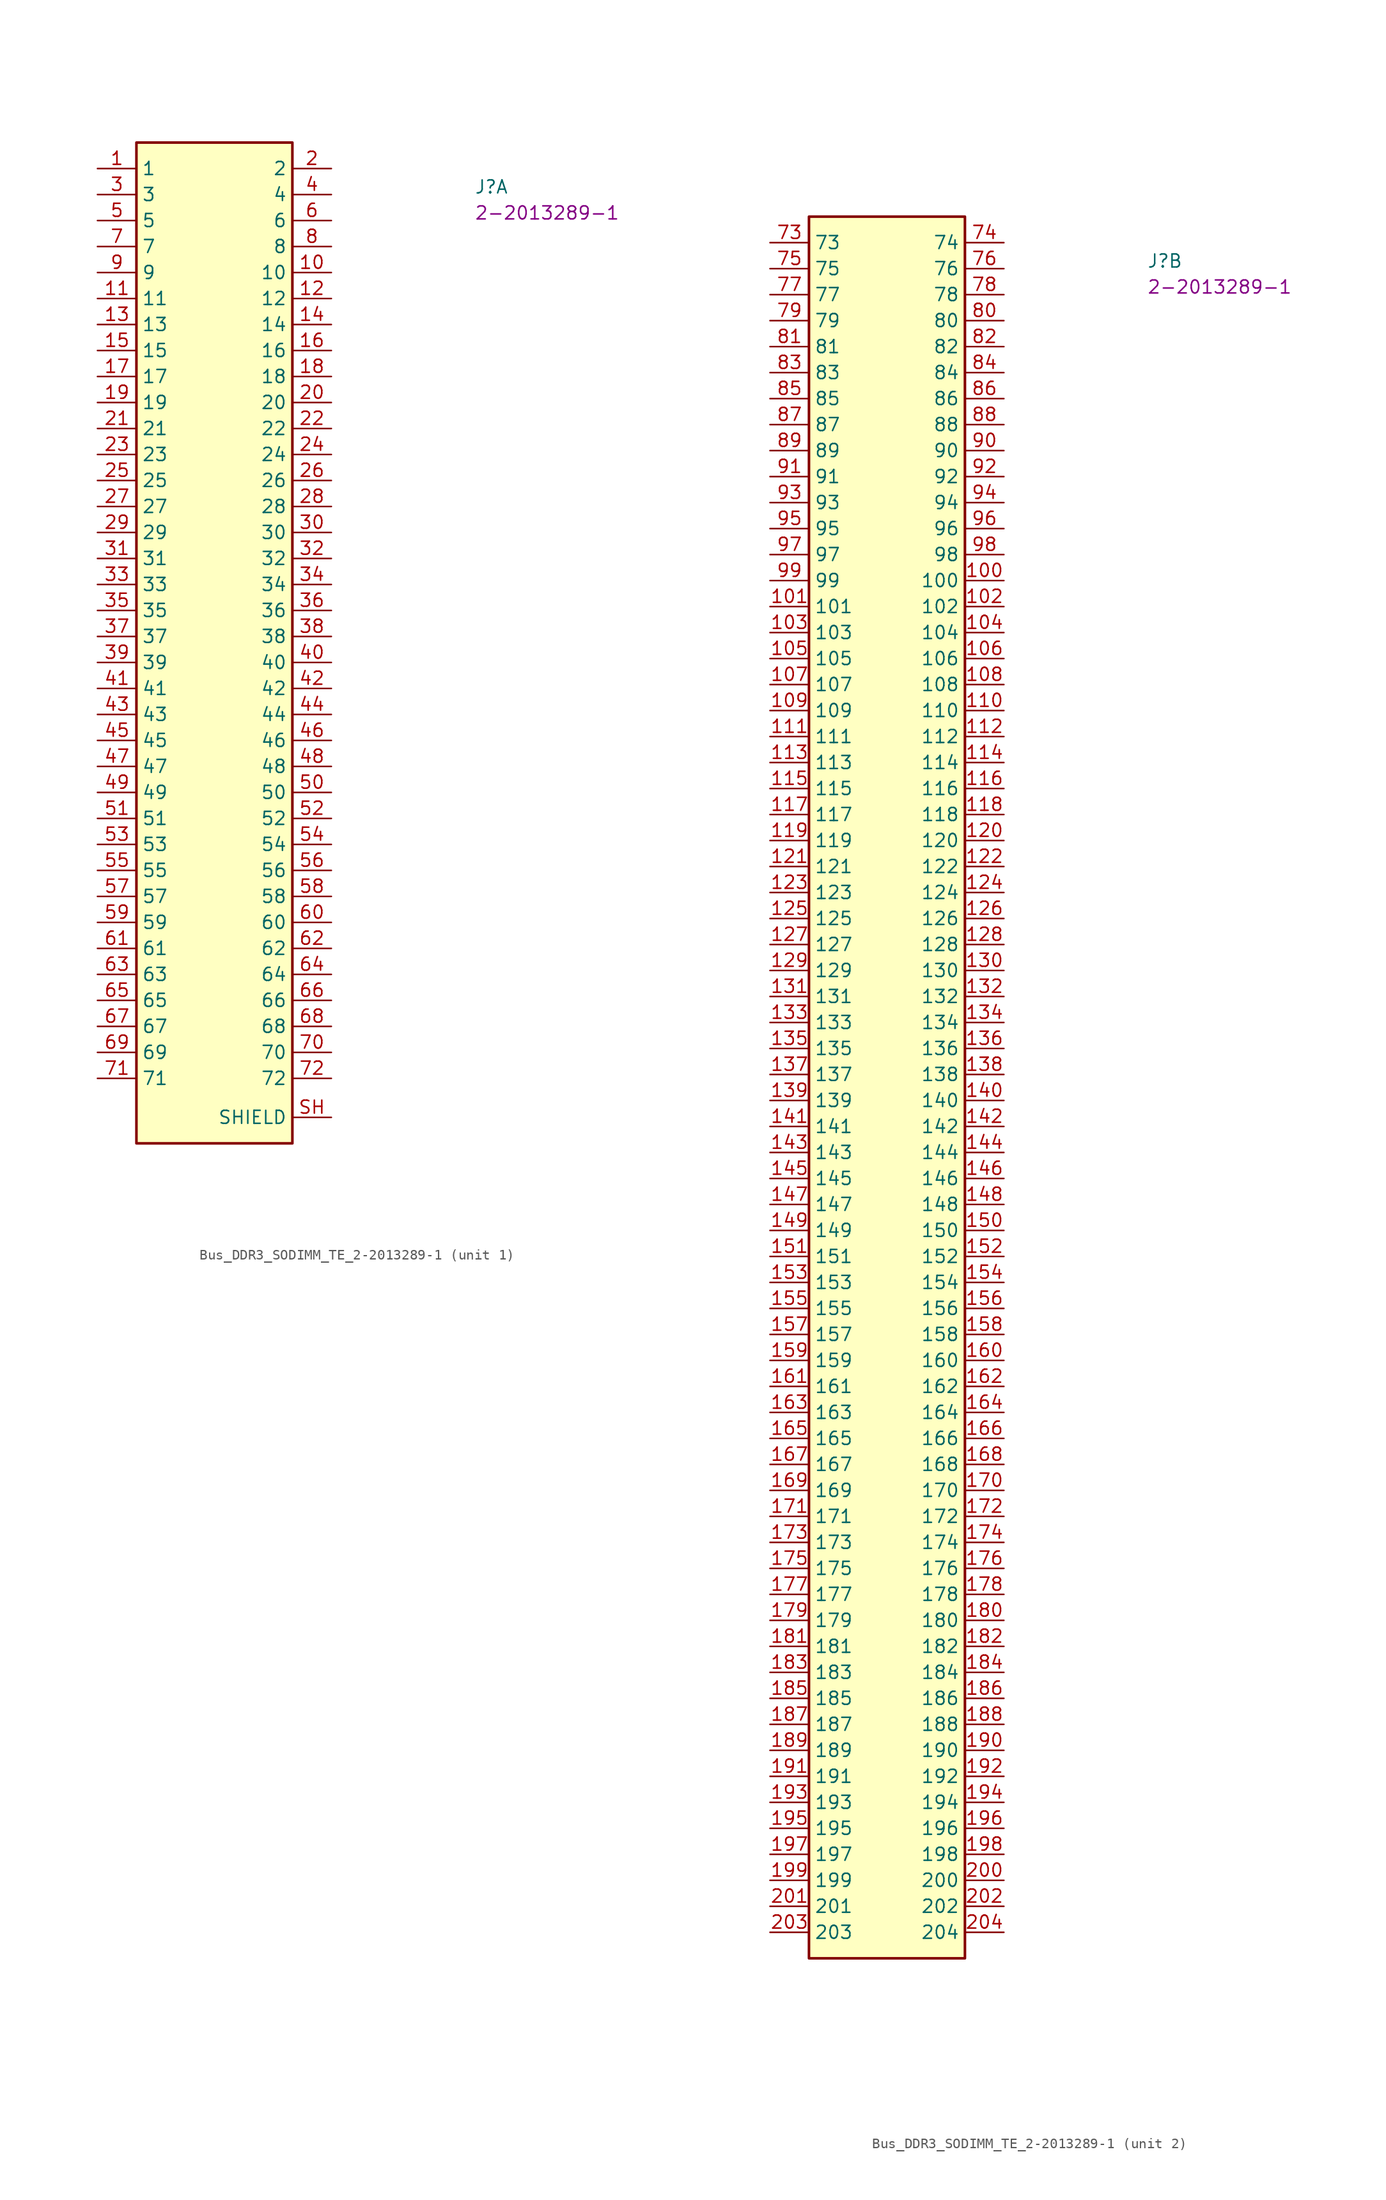
<source format=kicad_sym>
(kicad_symbol_lib
  (version 20220914)
  (generator kicad_symbol_editor)
  (symbol "Bus_DDR3_SODIMM_TE_2-2013289-1"
    (property "Reference" "J"
      (at 36.83 -2.54 0)
      (effects (font (size 1.27 1.27) (thickness 0.15)) (justify left bottom)))
    (property "MPN" "2-2013289-1"
      (at 36.83 -5.08 0)
      (effects (font (size 1.27 1.27) (thickness 0.15)) (justify left bottom)))
    (property "ki_locked" ""
      (at 0 0 0)
      (effects (font (size 1.27 1.27))))
    (symbol "Bus_DDR3_SODIMM_TE_2-2013289-1_1_1"
      (rectangle (start 3.81 2.54) (end 19.05 -95.25) (stroke (width 0.254) (type default)) (fill (type background)))
      (pin passive line (at 0 0 0) (length 3.81) (name "1" (effects (font (size 1.27 1.27)))) (number "1" (effects (font (size 1.27 1.27)))))
      (pin passive line (at 22.86 -10.16 180) (length 3.81) (name "10" (effects (font (size 1.27 1.27)))) (number "10" (effects (font (size 1.27 1.27)))))
      (pin passive line (at 0 -12.7 0) (length 3.81) (name "11" (effects (font (size 1.27 1.27)))) (number "11" (effects (font (size 1.27 1.27)))))
      (pin passive line (at 22.86 -12.7 180) (length 3.81) (name "12" (effects (font (size 1.27 1.27)))) (number "12" (effects (font (size 1.27 1.27)))))
      (pin passive line (at 0 -15.24 0) (length 3.81) (name "13" (effects (font (size 1.27 1.27)))) (number "13" (effects (font (size 1.27 1.27)))))
      (pin passive line (at 22.86 -15.24 180) (length 3.81) (name "14" (effects (font (size 1.27 1.27)))) (number "14" (effects (font (size 1.27 1.27)))))
      (pin passive line (at 0 -17.78 0) (length 3.81) (name "15" (effects (font (size 1.27 1.27)))) (number "15" (effects (font (size 1.27 1.27)))))
      (pin passive line (at 22.86 -17.78 180) (length 3.81) (name "16" (effects (font (size 1.27 1.27)))) (number "16" (effects (font (size 1.27 1.27)))))
      (pin passive line (at 0 -20.32 0) (length 3.81) (name "17" (effects (font (size 1.27 1.27)))) (number "17" (effects (font (size 1.27 1.27)))))
      (pin passive line (at 22.86 -20.32 180) (length 3.81) (name "18" (effects (font (size 1.27 1.27)))) (number "18" (effects (font (size 1.27 1.27)))))
      (pin passive line (at 0 -22.86 0) (length 3.81) (name "19" (effects (font (size 1.27 1.27)))) (number "19" (effects (font (size 1.27 1.27)))))
      (pin passive line (at 22.86 0 180) (length 3.81) (name "2" (effects (font (size 1.27 1.27)))) (number "2" (effects (font (size 1.27 1.27)))))
      (pin passive line (at 22.86 -22.86 180) (length 3.81) (name "20" (effects (font (size 1.27 1.27)))) (number "20" (effects (font (size 1.27 1.27)))))
      (pin passive line (at 0 -25.4 0) (length 3.81) (name "21" (effects (font (size 1.27 1.27)))) (number "21" (effects (font (size 1.27 1.27)))))
      (pin passive line (at 22.86 -25.4 180) (length 3.81) (name "22" (effects (font (size 1.27 1.27)))) (number "22" (effects (font (size 1.27 1.27)))))
      (pin passive line (at 0 -27.94 0) (length 3.81) (name "23" (effects (font (size 1.27 1.27)))) (number "23" (effects (font (size 1.27 1.27)))))
      (pin passive line (at 22.86 -27.94 180) (length 3.81) (name "24" (effects (font (size 1.27 1.27)))) (number "24" (effects (font (size 1.27 1.27)))))
      (pin passive line (at 0 -30.48 0) (length 3.81) (name "25" (effects (font (size 1.27 1.27)))) (number "25" (effects (font (size 1.27 1.27)))))
      (pin passive line (at 22.86 -30.48 180) (length 3.81) (name "26" (effects (font (size 1.27 1.27)))) (number "26" (effects (font (size 1.27 1.27)))))
      (pin passive line (at 0 -33.02 0) (length 3.81) (name "27" (effects (font (size 1.27 1.27)))) (number "27" (effects (font (size 1.27 1.27)))))
      (pin passive line (at 22.86 -33.02 180) (length 3.81) (name "28" (effects (font (size 1.27 1.27)))) (number "28" (effects (font (size 1.27 1.27)))))
      (pin passive line (at 0 -35.56 0) (length 3.81) (name "29" (effects (font (size 1.27 1.27)))) (number "29" (effects (font (size 1.27 1.27)))))
      (pin passive line (at 0 -2.54 0) (length 3.81) (name "3" (effects (font (size 1.27 1.27)))) (number "3" (effects (font (size 1.27 1.27)))))
      (pin passive line (at 22.86 -35.56 180) (length 3.81) (name "30" (effects (font (size 1.27 1.27)))) (number "30" (effects (font (size 1.27 1.27)))))
      (pin passive line (at 0 -38.1 0) (length 3.81) (name "31" (effects (font (size 1.27 1.27)))) (number "31" (effects (font (size 1.27 1.27)))))
      (pin passive line (at 22.86 -38.1 180) (length 3.81) (name "32" (effects (font (size 1.27 1.27)))) (number "32" (effects (font (size 1.27 1.27)))))
      (pin passive line (at 0 -40.64 0) (length 3.81) (name "33" (effects (font (size 1.27 1.27)))) (number "33" (effects (font (size 1.27 1.27)))))
      (pin passive line (at 22.86 -40.64 180) (length 3.81) (name "34" (effects (font (size 1.27 1.27)))) (number "34" (effects (font (size 1.27 1.27)))))
      (pin passive line (at 0 -43.18 0) (length 3.81) (name "35" (effects (font (size 1.27 1.27)))) (number "35" (effects (font (size 1.27 1.27)))))
      (pin passive line (at 22.86 -43.18 180) (length 3.81) (name "36" (effects (font (size 1.27 1.27)))) (number "36" (effects (font (size 1.27 1.27)))))
      (pin passive line (at 0 -45.72 0) (length 3.81) (name "37" (effects (font (size 1.27 1.27)))) (number "37" (effects (font (size 1.27 1.27)))))
      (pin passive line (at 22.86 -45.72 180) (length 3.81) (name "38" (effects (font (size 1.27 1.27)))) (number "38" (effects (font (size 1.27 1.27)))))
      (pin passive line (at 0 -48.26 0) (length 3.81) (name "39" (effects (font (size 1.27 1.27)))) (number "39" (effects (font (size 1.27 1.27)))))
      (pin passive line (at 22.86 -2.54 180) (length 3.81) (name "4" (effects (font (size 1.27 1.27)))) (number "4" (effects (font (size 1.27 1.27)))))
      (pin passive line (at 22.86 -48.26 180) (length 3.81) (name "40" (effects (font (size 1.27 1.27)))) (number "40" (effects (font (size 1.27 1.27)))))
      (pin passive line (at 0 -50.8 0) (length 3.81) (name "41" (effects (font (size 1.27 1.27)))) (number "41" (effects (font (size 1.27 1.27)))))
      (pin passive line (at 22.86 -50.8 180) (length 3.81) (name "42" (effects (font (size 1.27 1.27)))) (number "42" (effects (font (size 1.27 1.27)))))
      (pin passive line (at 0 -53.34 0) (length 3.81) (name "43" (effects (font (size 1.27 1.27)))) (number "43" (effects (font (size 1.27 1.27)))))
      (pin passive line (at 22.86 -53.34 180) (length 3.81) (name "44" (effects (font (size 1.27 1.27)))) (number "44" (effects (font (size 1.27 1.27)))))
      (pin passive line (at 0 -55.88 0) (length 3.81) (name "45" (effects (font (size 1.27 1.27)))) (number "45" (effects (font (size 1.27 1.27)))))
      (pin passive line (at 22.86 -55.88 180) (length 3.81) (name "46" (effects (font (size 1.27 1.27)))) (number "46" (effects (font (size 1.27 1.27)))))
      (pin passive line (at 0 -58.42 0) (length 3.81) (name "47" (effects (font (size 1.27 1.27)))) (number "47" (effects (font (size 1.27 1.27)))))
      (pin passive line (at 22.86 -58.42 180) (length 3.81) (name "48" (effects (font (size 1.27 1.27)))) (number "48" (effects (font (size 1.27 1.27)))))
      (pin passive line (at 0 -60.96 0) (length 3.81) (name "49" (effects (font (size 1.27 1.27)))) (number "49" (effects (font (size 1.27 1.27)))))
      (pin passive line (at 0 -5.08 0) (length 3.81) (name "5" (effects (font (size 1.27 1.27)))) (number "5" (effects (font (size 1.27 1.27)))))
      (pin passive line (at 22.86 -60.96 180) (length 3.81) (name "50" (effects (font (size 1.27 1.27)))) (number "50" (effects (font (size 1.27 1.27)))))
      (pin passive line (at 0 -63.5 0) (length 3.81) (name "51" (effects (font (size 1.27 1.27)))) (number "51" (effects (font (size 1.27 1.27)))))
      (pin passive line (at 22.86 -63.5 180) (length 3.81) (name "52" (effects (font (size 1.27 1.27)))) (number "52" (effects (font (size 1.27 1.27)))))
      (pin passive line (at 0 -66.04 0) (length 3.81) (name "53" (effects (font (size 1.27 1.27)))) (number "53" (effects (font (size 1.27 1.27)))))
      (pin passive line (at 22.86 -66.04 180) (length 3.81) (name "54" (effects (font (size 1.27 1.27)))) (number "54" (effects (font (size 1.27 1.27)))))
      (pin passive line (at 0 -68.58 0) (length 3.81) (name "55" (effects (font (size 1.27 1.27)))) (number "55" (effects (font (size 1.27 1.27)))))
      (pin passive line (at 22.86 -68.58 180) (length 3.81) (name "56" (effects (font (size 1.27 1.27)))) (number "56" (effects (font (size 1.27 1.27)))))
      (pin passive line (at 0 -71.12 0) (length 3.81) (name "57" (effects (font (size 1.27 1.27)))) (number "57" (effects (font (size 1.27 1.27)))))
      (pin passive line (at 22.86 -71.12 180) (length 3.81) (name "58" (effects (font (size 1.27 1.27)))) (number "58" (effects (font (size 1.27 1.27)))))
      (pin passive line (at 0 -73.66 0) (length 3.81) (name "59" (effects (font (size 1.27 1.27)))) (number "59" (effects (font (size 1.27 1.27)))))
      (pin passive line (at 22.86 -5.08 180) (length 3.81) (name "6" (effects (font (size 1.27 1.27)))) (number "6" (effects (font (size 1.27 1.27)))))
      (pin passive line (at 22.86 -73.66 180) (length 3.81) (name "60" (effects (font (size 1.27 1.27)))) (number "60" (effects (font (size 1.27 1.27)))))
      (pin passive line (at 0 -76.2 0) (length 3.81) (name "61" (effects (font (size 1.27 1.27)))) (number "61" (effects (font (size 1.27 1.27)))))
      (pin passive line (at 22.86 -76.2 180) (length 3.81) (name "62" (effects (font (size 1.27 1.27)))) (number "62" (effects (font (size 1.27 1.27)))))
      (pin passive line (at 0 -78.74 0) (length 3.81) (name "63" (effects (font (size 1.27 1.27)))) (number "63" (effects (font (size 1.27 1.27)))))
      (pin passive line (at 22.86 -78.74 180) (length 3.81) (name "64" (effects (font (size 1.27 1.27)))) (number "64" (effects (font (size 1.27 1.27)))))
      (pin passive line (at 0 -81.28 0) (length 3.81) (name "65" (effects (font (size 1.27 1.27)))) (number "65" (effects (font (size 1.27 1.27)))))
      (pin passive line (at 22.86 -81.28 180) (length 3.81) (name "66" (effects (font (size 1.27 1.27)))) (number "66" (effects (font (size 1.27 1.27)))))
      (pin passive line (at 0 -83.82 0) (length 3.81) (name "67" (effects (font (size 1.27 1.27)))) (number "67" (effects (font (size 1.27 1.27)))))
      (pin passive line (at 22.86 -83.82 180) (length 3.81) (name "68" (effects (font (size 1.27 1.27)))) (number "68" (effects (font (size 1.27 1.27)))))
      (pin passive line (at 0 -86.36 0) (length 3.81) (name "69" (effects (font (size 1.27 1.27)))) (number "69" (effects (font (size 1.27 1.27)))))
      (pin passive line (at 0 -7.62 0) (length 3.81) (name "7" (effects (font (size 1.27 1.27)))) (number "7" (effects (font (size 1.27 1.27)))))
      (pin passive line (at 22.86 -86.36 180) (length 3.81) (name "70" (effects (font (size 1.27 1.27)))) (number "70" (effects (font (size 1.27 1.27)))))
      (pin passive line (at 0 -88.9 0) (length 3.81) (name "71" (effects (font (size 1.27 1.27)))) (number "71" (effects (font (size 1.27 1.27)))))
      (pin passive line (at 22.86 -88.9 180) (length 3.81) (name "72" (effects (font (size 1.27 1.27)))) (number "72" (effects (font (size 1.27 1.27)))))
      (pin passive line (at 22.86 -7.62 180) (length 3.81) (name "8" (effects (font (size 1.27 1.27)))) (number "8" (effects (font (size 1.27 1.27)))))
      (pin passive line (at 0 -10.16 0) (length 3.81) (name "9" (effects (font (size 1.27 1.27)))) (number "9" (effects (font (size 1.27 1.27)))))
      (pin passive line (at 22.86 -92.71 180) (length 3.81) (name "SHIELD" (effects (font (size 1.27 1.27)))) (number "SH" (effects (font (size 1.27 1.27))))))
    (symbol "Bus_DDR3_SODIMM_TE_2-2013289-1_2_1"
      (rectangle (start 3.81 2.54) (end 19.05 -167.64) (stroke (width 0.254) (type default)) (fill (type background)))
      (pin passive line (at 22.86 -33.02 180) (length 3.81) (name "100" (effects (font (size 1.27 1.27)))) (number "100" (effects (font (size 1.27 1.27)))))
      (pin passive line (at 0 -35.56 0) (length 3.81) (name "101" (effects (font (size 1.27 1.27)))) (number "101" (effects (font (size 1.27 1.27)))))
      (pin passive line (at 22.86 -35.56 180) (length 3.81) (name "102" (effects (font (size 1.27 1.27)))) (number "102" (effects (font (size 1.27 1.27)))))
      (pin passive line (at 0 -38.1 0) (length 3.81) (name "103" (effects (font (size 1.27 1.27)))) (number "103" (effects (font (size 1.27 1.27)))))
      (pin passive line (at 22.86 -38.1 180) (length 3.81) (name "104" (effects (font (size 1.27 1.27)))) (number "104" (effects (font (size 1.27 1.27)))))
      (pin passive line (at 0 -40.64 0) (length 3.81) (name "105" (effects (font (size 1.27 1.27)))) (number "105" (effects (font (size 1.27 1.27)))))
      (pin passive line (at 22.86 -40.64 180) (length 3.81) (name "106" (effects (font (size 1.27 1.27)))) (number "106" (effects (font (size 1.27 1.27)))))
      (pin passive line (at 0 -43.18 0) (length 3.81) (name "107" (effects (font (size 1.27 1.27)))) (number "107" (effects (font (size 1.27 1.27)))))
      (pin passive line (at 22.86 -43.18 180) (length 3.81) (name "108" (effects (font (size 1.27 1.27)))) (number "108" (effects (font (size 1.27 1.27)))))
      (pin passive line (at 0 -45.72 0) (length 3.81) (name "109" (effects (font (size 1.27 1.27)))) (number "109" (effects (font (size 1.27 1.27)))))
      (pin passive line (at 22.86 -45.72 180) (length 3.81) (name "110" (effects (font (size 1.27 1.27)))) (number "110" (effects (font (size 1.27 1.27)))))
      (pin passive line (at 0 -48.26 0) (length 3.81) (name "111" (effects (font (size 1.27 1.27)))) (number "111" (effects (font (size 1.27 1.27)))))
      (pin passive line (at 22.86 -48.26 180) (length 3.81) (name "112" (effects (font (size 1.27 1.27)))) (number "112" (effects (font (size 1.27 1.27)))))
      (pin passive line (at 0 -50.8 0) (length 3.81) (name "113" (effects (font (size 1.27 1.27)))) (number "113" (effects (font (size 1.27 1.27)))))
      (pin passive line (at 22.86 -50.8 180) (length 3.81) (name "114" (effects (font (size 1.27 1.27)))) (number "114" (effects (font (size 1.27 1.27)))))
      (pin passive line (at 0 -53.34 0) (length 3.81) (name "115" (effects (font (size 1.27 1.27)))) (number "115" (effects (font (size 1.27 1.27)))))
      (pin passive line (at 22.86 -53.34 180) (length 3.81) (name "116" (effects (font (size 1.27 1.27)))) (number "116" (effects (font (size 1.27 1.27)))))
      (pin passive line (at 0 -55.88 0) (length 3.81) (name "117" (effects (font (size 1.27 1.27)))) (number "117" (effects (font (size 1.27 1.27)))))
      (pin passive line (at 22.86 -55.88 180) (length 3.81) (name "118" (effects (font (size 1.27 1.27)))) (number "118" (effects (font (size 1.27 1.27)))))
      (pin passive line (at 0 -58.42 0) (length 3.81) (name "119" (effects (font (size 1.27 1.27)))) (number "119" (effects (font (size 1.27 1.27)))))
      (pin passive line (at 22.86 -58.42 180) (length 3.81) (name "120" (effects (font (size 1.27 1.27)))) (number "120" (effects (font (size 1.27 1.27)))))
      (pin passive line (at 0 -60.96 0) (length 3.81) (name "121" (effects (font (size 1.27 1.27)))) (number "121" (effects (font (size 1.27 1.27)))))
      (pin passive line (at 22.86 -60.96 180) (length 3.81) (name "122" (effects (font (size 1.27 1.27)))) (number "122" (effects (font (size 1.27 1.27)))))
      (pin passive line (at 0 -63.5 0) (length 3.81) (name "123" (effects (font (size 1.27 1.27)))) (number "123" (effects (font (size 1.27 1.27)))))
      (pin passive line (at 22.86 -63.5 180) (length 3.81) (name "124" (effects (font (size 1.27 1.27)))) (number "124" (effects (font (size 1.27 1.27)))))
      (pin passive line (at 0 -66.04 0) (length 3.81) (name "125" (effects (font (size 1.27 1.27)))) (number "125" (effects (font (size 1.27 1.27)))))
      (pin passive line (at 22.86 -66.04 180) (length 3.81) (name "126" (effects (font (size 1.27 1.27)))) (number "126" (effects (font (size 1.27 1.27)))))
      (pin passive line (at 0 -68.58 0) (length 3.81) (name "127" (effects (font (size 1.27 1.27)))) (number "127" (effects (font (size 1.27 1.27)))))
      (pin passive line (at 22.86 -68.58 180) (length 3.81) (name "128" (effects (font (size 1.27 1.27)))) (number "128" (effects (font (size 1.27 1.27)))))
      (pin passive line (at 0 -71.12 0) (length 3.81) (name "129" (effects (font (size 1.27 1.27)))) (number "129" (effects (font (size 1.27 1.27)))))
      (pin passive line (at 22.86 -71.12 180) (length 3.81) (name "130" (effects (font (size 1.27 1.27)))) (number "130" (effects (font (size 1.27 1.27)))))
      (pin passive line (at 0 -73.66 0) (length 3.81) (name "131" (effects (font (size 1.27 1.27)))) (number "131" (effects (font (size 1.27 1.27)))))
      (pin passive line (at 22.86 -73.66 180) (length 3.81) (name "132" (effects (font (size 1.27 1.27)))) (number "132" (effects (font (size 1.27 1.27)))))
      (pin passive line (at 0 -76.2 0) (length 3.81) (name "133" (effects (font (size 1.27 1.27)))) (number "133" (effects (font (size 1.27 1.27)))))
      (pin passive line (at 22.86 -76.2 180) (length 3.81) (name "134" (effects (font (size 1.27 1.27)))) (number "134" (effects (font (size 1.27 1.27)))))
      (pin passive line (at 0 -78.74 0) (length 3.81) (name "135" (effects (font (size 1.27 1.27)))) (number "135" (effects (font (size 1.27 1.27)))))
      (pin passive line (at 22.86 -78.74 180) (length 3.81) (name "136" (effects (font (size 1.27 1.27)))) (number "136" (effects (font (size 1.27 1.27)))))
      (pin passive line (at 0 -81.28 0) (length 3.81) (name "137" (effects (font (size 1.27 1.27)))) (number "137" (effects (font (size 1.27 1.27)))))
      (pin passive line (at 22.86 -81.28 180) (length 3.81) (name "138" (effects (font (size 1.27 1.27)))) (number "138" (effects (font (size 1.27 1.27)))))
      (pin passive line (at 0 -83.82 0) (length 3.81) (name "139" (effects (font (size 1.27 1.27)))) (number "139" (effects (font (size 1.27 1.27)))))
      (pin passive line (at 22.86 -83.82 180) (length 3.81) (name "140" (effects (font (size 1.27 1.27)))) (number "140" (effects (font (size 1.27 1.27)))))
      (pin passive line (at 0 -86.36 0) (length 3.81) (name "141" (effects (font (size 1.27 1.27)))) (number "141" (effects (font (size 1.27 1.27)))))
      (pin passive line (at 22.86 -86.36 180) (length 3.81) (name "142" (effects (font (size 1.27 1.27)))) (number "142" (effects (font (size 1.27 1.27)))))
      (pin passive line (at 0 -88.9 0) (length 3.81) (name "143" (effects (font (size 1.27 1.27)))) (number "143" (effects (font (size 1.27 1.27)))))
      (pin passive line (at 22.86 -88.9 180) (length 3.81) (name "144" (effects (font (size 1.27 1.27)))) (number "144" (effects (font (size 1.27 1.27)))))
      (pin passive line (at 0 -91.44 0) (length 3.81) (name "145" (effects (font (size 1.27 1.27)))) (number "145" (effects (font (size 1.27 1.27)))))
      (pin passive line (at 22.86 -91.44 180) (length 3.81) (name "146" (effects (font (size 1.27 1.27)))) (number "146" (effects (font (size 1.27 1.27)))))
      (pin passive line (at 0 -93.98 0) (length 3.81) (name "147" (effects (font (size 1.27 1.27)))) (number "147" (effects (font (size 1.27 1.27)))))
      (pin passive line (at 22.86 -93.98 180) (length 3.81) (name "148" (effects (font (size 1.27 1.27)))) (number "148" (effects (font (size 1.27 1.27)))))
      (pin passive line (at 0 -96.52 0) (length 3.81) (name "149" (effects (font (size 1.27 1.27)))) (number "149" (effects (font (size 1.27 1.27)))))
      (pin passive line (at 22.86 -96.52 180) (length 3.81) (name "150" (effects (font (size 1.27 1.27)))) (number "150" (effects (font (size 1.27 1.27)))))
      (pin passive line (at 0 -99.06 0) (length 3.81) (name "151" (effects (font (size 1.27 1.27)))) (number "151" (effects (font (size 1.27 1.27)))))
      (pin passive line (at 22.86 -99.06 180) (length 3.81) (name "152" (effects (font (size 1.27 1.27)))) (number "152" (effects (font (size 1.27 1.27)))))
      (pin passive line (at 0 -101.6 0) (length 3.81) (name "153" (effects (font (size 1.27 1.27)))) (number "153" (effects (font (size 1.27 1.27)))))
      (pin passive line (at 22.86 -101.6 180) (length 3.81) (name "154" (effects (font (size 1.27 1.27)))) (number "154" (effects (font (size 1.27 1.27)))))
      (pin passive line (at 0 -104.14 0) (length 3.81) (name "155" (effects (font (size 1.27 1.27)))) (number "155" (effects (font (size 1.27 1.27)))))
      (pin passive line (at 22.86 -104.14 180) (length 3.81) (name "156" (effects (font (size 1.27 1.27)))) (number "156" (effects (font (size 1.27 1.27)))))
      (pin passive line (at 0 -106.68 0) (length 3.81) (name "157" (effects (font (size 1.27 1.27)))) (number "157" (effects (font (size 1.27 1.27)))))
      (pin passive line (at 22.86 -106.68 180) (length 3.81) (name "158" (effects (font (size 1.27 1.27)))) (number "158" (effects (font (size 1.27 1.27)))))
      (pin passive line (at 0 -109.22 0) (length 3.81) (name "159" (effects (font (size 1.27 1.27)))) (number "159" (effects (font (size 1.27 1.27)))))
      (pin passive line (at 22.86 -109.22 180) (length 3.81) (name "160" (effects (font (size 1.27 1.27)))) (number "160" (effects (font (size 1.27 1.27)))))
      (pin passive line (at 0 -111.76 0) (length 3.81) (name "161" (effects (font (size 1.27 1.27)))) (number "161" (effects (font (size 1.27 1.27)))))
      (pin passive line (at 22.86 -111.76 180) (length 3.81) (name "162" (effects (font (size 1.27 1.27)))) (number "162" (effects (font (size 1.27 1.27)))))
      (pin passive line (at 0 -114.3 0) (length 3.81) (name "163" (effects (font (size 1.27 1.27)))) (number "163" (effects (font (size 1.27 1.27)))))
      (pin passive line (at 22.86 -114.3 180) (length 3.81) (name "164" (effects (font (size 1.27 1.27)))) (number "164" (effects (font (size 1.27 1.27)))))
      (pin passive line (at 0 -116.84 0) (length 3.81) (name "165" (effects (font (size 1.27 1.27)))) (number "165" (effects (font (size 1.27 1.27)))))
      (pin passive line (at 22.86 -116.84 180) (length 3.81) (name "166" (effects (font (size 1.27 1.27)))) (number "166" (effects (font (size 1.27 1.27)))))
      (pin passive line (at 0 -119.38 0) (length 3.81) (name "167" (effects (font (size 1.27 1.27)))) (number "167" (effects (font (size 1.27 1.27)))))
      (pin passive line (at 22.86 -119.38 180) (length 3.81) (name "168" (effects (font (size 1.27 1.27)))) (number "168" (effects (font (size 1.27 1.27)))))
      (pin passive line (at 0 -121.92 0) (length 3.81) (name "169" (effects (font (size 1.27 1.27)))) (number "169" (effects (font (size 1.27 1.27)))))
      (pin passive line (at 22.86 -121.92 180) (length 3.81) (name "170" (effects (font (size 1.27 1.27)))) (number "170" (effects (font (size 1.27 1.27)))))
      (pin passive line (at 0 -124.46 0) (length 3.81) (name "171" (effects (font (size 1.27 1.27)))) (number "171" (effects (font (size 1.27 1.27)))))
      (pin passive line (at 22.86 -124.46 180) (length 3.81) (name "172" (effects (font (size 1.27 1.27)))) (number "172" (effects (font (size 1.27 1.27)))))
      (pin passive line (at 0 -127 0) (length 3.81) (name "173" (effects (font (size 1.27 1.27)))) (number "173" (effects (font (size 1.27 1.27)))))
      (pin passive line (at 22.86 -127 180) (length 3.81) (name "174" (effects (font (size 1.27 1.27)))) (number "174" (effects (font (size 1.27 1.27)))))
      (pin passive line (at 0 -129.54 0) (length 3.81) (name "175" (effects (font (size 1.27 1.27)))) (number "175" (effects (font (size 1.27 1.27)))))
      (pin passive line (at 22.86 -129.54 180) (length 3.81) (name "176" (effects (font (size 1.27 1.27)))) (number "176" (effects (font (size 1.27 1.27)))))
      (pin passive line (at 0 -132.08 0) (length 3.81) (name "177" (effects (font (size 1.27 1.27)))) (number "177" (effects (font (size 1.27 1.27)))))
      (pin passive line (at 22.86 -132.08 180) (length 3.81) (name "178" (effects (font (size 1.27 1.27)))) (number "178" (effects (font (size 1.27 1.27)))))
      (pin passive line (at 0 -134.62 0) (length 3.81) (name "179" (effects (font (size 1.27 1.27)))) (number "179" (effects (font (size 1.27 1.27)))))
      (pin passive line (at 22.86 -134.62 180) (length 3.81) (name "180" (effects (font (size 1.27 1.27)))) (number "180" (effects (font (size 1.27 1.27)))))
      (pin passive line (at 0 -137.16 0) (length 3.81) (name "181" (effects (font (size 1.27 1.27)))) (number "181" (effects (font (size 1.27 1.27)))))
      (pin passive line (at 22.86 -137.16 180) (length 3.81) (name "182" (effects (font (size 1.27 1.27)))) (number "182" (effects (font (size 1.27 1.27)))))
      (pin passive line (at 0 -139.7 0) (length 3.81) (name "183" (effects (font (size 1.27 1.27)))) (number "183" (effects (font (size 1.27 1.27)))))
      (pin passive line (at 22.86 -139.7 180) (length 3.81) (name "184" (effects (font (size 1.27 1.27)))) (number "184" (effects (font (size 1.27 1.27)))))
      (pin passive line (at 0 -142.24 0) (length 3.81) (name "185" (effects (font (size 1.27 1.27)))) (number "185" (effects (font (size 1.27 1.27)))))
      (pin passive line (at 22.86 -142.24 180) (length 3.81) (name "186" (effects (font (size 1.27 1.27)))) (number "186" (effects (font (size 1.27 1.27)))))
      (pin passive line (at 0 -144.78 0) (length 3.81) (name "187" (effects (font (size 1.27 1.27)))) (number "187" (effects (font (size 1.27 1.27)))))
      (pin passive line (at 22.86 -144.78 180) (length 3.81) (name "188" (effects (font (size 1.27 1.27)))) (number "188" (effects (font (size 1.27 1.27)))))
      (pin passive line (at 0 -147.32 0) (length 3.81) (name "189" (effects (font (size 1.27 1.27)))) (number "189" (effects (font (size 1.27 1.27)))))
      (pin passive line (at 22.86 -147.32 180) (length 3.81) (name "190" (effects (font (size 1.27 1.27)))) (number "190" (effects (font (size 1.27 1.27)))))
      (pin passive line (at 0 -149.86 0) (length 3.81) (name "191" (effects (font (size 1.27 1.27)))) (number "191" (effects (font (size 1.27 1.27)))))
      (pin passive line (at 22.86 -149.86 180) (length 3.81) (name "192" (effects (font (size 1.27 1.27)))) (number "192" (effects (font (size 1.27 1.27)))))
      (pin passive line (at 0 -152.4 0) (length 3.81) (name "193" (effects (font (size 1.27 1.27)))) (number "193" (effects (font (size 1.27 1.27)))))
      (pin passive line (at 22.86 -152.4 180) (length 3.81) (name "194" (effects (font (size 1.27 1.27)))) (number "194" (effects (font (size 1.27 1.27)))))
      (pin passive line (at 0 -154.94 0) (length 3.81) (name "195" (effects (font (size 1.27 1.27)))) (number "195" (effects (font (size 1.27 1.27)))))
      (pin passive line (at 22.86 -154.94 180) (length 3.81) (name "196" (effects (font (size 1.27 1.27)))) (number "196" (effects (font (size 1.27 1.27)))))
      (pin passive line (at 0 -157.48 0) (length 3.81) (name "197" (effects (font (size 1.27 1.27)))) (number "197" (effects (font (size 1.27 1.27)))))
      (pin passive line (at 22.86 -157.48 180) (length 3.81) (name "198" (effects (font (size 1.27 1.27)))) (number "198" (effects (font (size 1.27 1.27)))))
      (pin passive line (at 0 -160.02 0) (length 3.81) (name "199" (effects (font (size 1.27 1.27)))) (number "199" (effects (font (size 1.27 1.27)))))
      (pin passive line (at 22.86 -160.02 180) (length 3.81) (name "200" (effects (font (size 1.27 1.27)))) (number "200" (effects (font (size 1.27 1.27)))))
      (pin passive line (at 0 -162.56 0) (length 3.81) (name "201" (effects (font (size 1.27 1.27)))) (number "201" (effects (font (size 1.27 1.27)))))
      (pin passive line (at 22.86 -162.56 180) (length 3.81) (name "202" (effects (font (size 1.27 1.27)))) (number "202" (effects (font (size 1.27 1.27)))))
      (pin passive line (at 0 -165.1 0) (length 3.81) (name "203" (effects (font (size 1.27 1.27)))) (number "203" (effects (font (size 1.27 1.27)))))
      (pin passive line (at 22.86 -165.1 180) (length 3.81) (name "204" (effects (font (size 1.27 1.27)))) (number "204" (effects (font (size 1.27 1.27)))))
      (pin passive line (at 0 0 0) (length 3.81) (name "73" (effects (font (size 1.27 1.27)))) (number "73" (effects (font (size 1.27 1.27)))))
      (pin passive line (at 22.86 0 180) (length 3.81) (name "74" (effects (font (size 1.27 1.27)))) (number "74" (effects (font (size 1.27 1.27)))))
      (pin passive line (at 0 -2.54 0) (length 3.81) (name "75" (effects (font (size 1.27 1.27)))) (number "75" (effects (font (size 1.27 1.27)))))
      (pin passive line (at 22.86 -2.54 180) (length 3.81) (name "76" (effects (font (size 1.27 1.27)))) (number "76" (effects (font (size 1.27 1.27)))))
      (pin passive line (at 0 -5.08 0) (length 3.81) (name "77" (effects (font (size 1.27 1.27)))) (number "77" (effects (font (size 1.27 1.27)))))
      (pin passive line (at 22.86 -5.08 180) (length 3.81) (name "78" (effects (font (size 1.27 1.27)))) (number "78" (effects (font (size 1.27 1.27)))))
      (pin passive line (at 0 -7.62 0) (length 3.81) (name "79" (effects (font (size 1.27 1.27)))) (number "79" (effects (font (size 1.27 1.27)))))
      (pin passive line (at 22.86 -7.62 180) (length 3.81) (name "80" (effects (font (size 1.27 1.27)))) (number "80" (effects (font (size 1.27 1.27)))))
      (pin passive line (at 0 -10.16 0) (length 3.81) (name "81" (effects (font (size 1.27 1.27)))) (number "81" (effects (font (size 1.27 1.27)))))
      (pin passive line (at 22.86 -10.16 180) (length 3.81) (name "82" (effects (font (size 1.27 1.27)))) (number "82" (effects (font (size 1.27 1.27)))))
      (pin passive line (at 0 -12.7 0) (length 3.81) (name "83" (effects (font (size 1.27 1.27)))) (number "83" (effects (font (size 1.27 1.27)))))
      (pin passive line (at 22.86 -12.7 180) (length 3.81) (name "84" (effects (font (size 1.27 1.27)))) (number "84" (effects (font (size 1.27 1.27)))))
      (pin passive line (at 0 -15.24 0) (length 3.81) (name "85" (effects (font (size 1.27 1.27)))) (number "85" (effects (font (size 1.27 1.27)))))
      (pin passive line (at 22.86 -15.24 180) (length 3.81) (name "86" (effects (font (size 1.27 1.27)))) (number "86" (effects (font (size 1.27 1.27)))))
      (pin passive line (at 0 -17.78 0) (length 3.81) (name "87" (effects (font (size 1.27 1.27)))) (number "87" (effects (font (size 1.27 1.27)))))
      (pin passive line (at 22.86 -17.78 180) (length 3.81) (name "88" (effects (font (size 1.27 1.27)))) (number "88" (effects (font (size 1.27 1.27)))))
      (pin passive line (at 0 -20.32 0) (length 3.81) (name "89" (effects (font (size 1.27 1.27)))) (number "89" (effects (font (size 1.27 1.27)))))
      (pin passive line (at 22.86 -20.32 180) (length 3.81) (name "90" (effects (font (size 1.27 1.27)))) (number "90" (effects (font (size 1.27 1.27)))))
      (pin passive line (at 0 -22.86 0) (length 3.81) (name "91" (effects (font (size 1.27 1.27)))) (number "91" (effects (font (size 1.27 1.27)))))
      (pin passive line (at 22.86 -22.86 180) (length 3.81) (name "92" (effects (font (size 1.27 1.27)))) (number "92" (effects (font (size 1.27 1.27)))))
      (pin passive line (at 0 -25.4 0) (length 3.81) (name "93" (effects (font (size 1.27 1.27)))) (number "93" (effects (font (size 1.27 1.27)))))
      (pin passive line (at 22.86 -25.4 180) (length 3.81) (name "94" (effects (font (size 1.27 1.27)))) (number "94" (effects (font (size 1.27 1.27)))))
      (pin passive line (at 0 -27.94 0) (length 3.81) (name "95" (effects (font (size 1.27 1.27)))) (number "95" (effects (font (size 1.27 1.27)))))
      (pin passive line (at 22.86 -27.94 180) (length 3.81) (name "96" (effects (font (size 1.27 1.27)))) (number "96" (effects (font (size 1.27 1.27)))))
      (pin passive line (at 0 -30.48 0) (length 3.81) (name "97" (effects (font (size 1.27 1.27)))) (number "97" (effects (font (size 1.27 1.27)))))
      (pin passive line (at 22.86 -30.48 180) (length 3.81) (name "98" (effects (font (size 1.27 1.27)))) (number "98" (effects (font (size 1.27 1.27)))))
      (pin passive line (at 0 -33.02 0) (length 3.81) (name "99" (effects (font (size 1.27 1.27)))) (number "99" (effects (font (size 1.27 1.27))))))))
</source>
